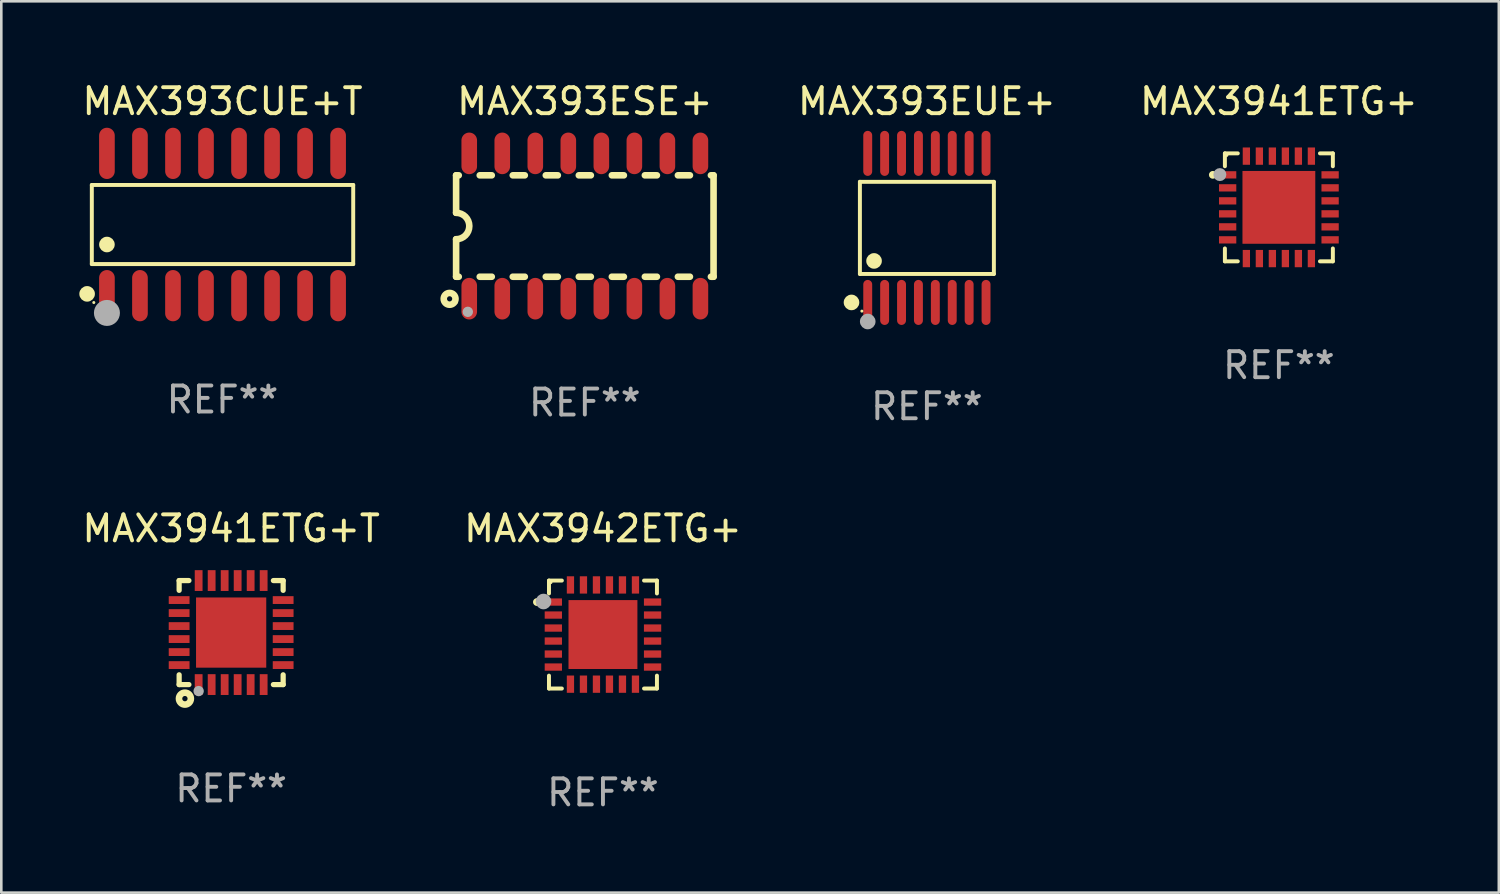
<source format=kicad_pcb>
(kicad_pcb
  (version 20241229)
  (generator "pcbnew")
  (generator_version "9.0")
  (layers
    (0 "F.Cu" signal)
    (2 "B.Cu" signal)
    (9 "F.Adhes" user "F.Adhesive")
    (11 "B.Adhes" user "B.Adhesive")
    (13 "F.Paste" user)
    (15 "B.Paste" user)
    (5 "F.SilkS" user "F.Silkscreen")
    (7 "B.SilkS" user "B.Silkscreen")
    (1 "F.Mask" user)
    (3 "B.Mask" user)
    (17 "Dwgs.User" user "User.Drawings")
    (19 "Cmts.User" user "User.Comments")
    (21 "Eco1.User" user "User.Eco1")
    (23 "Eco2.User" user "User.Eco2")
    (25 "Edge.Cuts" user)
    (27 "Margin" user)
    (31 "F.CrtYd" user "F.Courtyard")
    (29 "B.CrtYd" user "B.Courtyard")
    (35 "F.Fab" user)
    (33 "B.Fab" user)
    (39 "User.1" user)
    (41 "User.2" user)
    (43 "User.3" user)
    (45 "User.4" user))
  (footprint "MAX393ESE+"
    (layer "F.Cu")
    (at 19.44 5.642)
    (property "Reference" "MAX393ESE+" (at 0 -4.794 0) (layer "F.SilkS") (effects (font (size 1 1) (thickness 0.15))))
    (attr through_hole)
    (fp_line (start -4.95 -1.95) (end -4.95 -0.508) (stroke (width 0.254) (type solid)) (layer "F.SilkS"))
    (fp_line (start -4.95 -1.95) (end -4.849 -1.95) (stroke (width 0.254) (type solid)) (layer "F.SilkS"))
    (fp_line (start -4.95 1.95) (end -4.95 0.508) (stroke (width 0.254) (type solid)) (layer "F.SilkS"))
    (fp_line (start -4.95 1.95) (end -4.849 1.95) (stroke (width 0.254) (type solid)) (layer "F.SilkS"))
    (fp_line (start -4.041 -1.95) (end -3.579 -1.95) (stroke (width 0.254) (type solid)) (layer "F.SilkS"))
    (fp_line (start -4.041 1.95) (end -3.579 1.95) (stroke (width 0.254) (type solid)) (layer "F.SilkS"))
    (fp_line (start -2.771 -1.95) (end -2.309 -1.95) (stroke (width 0.254) (type solid)) (layer "F.SilkS"))
    (fp_line (start -2.771 1.95) (end -2.309 1.95) (stroke (width 0.254) (type solid)) (layer "F.SilkS"))
    (fp_line (start -1.501 -1.95) (end -1.039 -1.95) (stroke (width 0.254) (type solid)) (layer "F.SilkS"))
    (fp_line (start -1.501 1.95) (end -1.039 1.95) (stroke (width 0.254) (type solid)) (layer "F.SilkS"))
    (fp_line (start -0.231 -1.95) (end 0.231 -1.95) (stroke (width 0.254) (type solid)) (layer "F.SilkS"))
    (fp_line (start -0.231 1.95) (end 0.231 1.95) (stroke (width 0.254) (type solid)) (layer "F.SilkS"))
    (fp_line (start 1.039 -1.95) (end 1.501 -1.95) (stroke (width 0.254) (type solid)) (layer "F.SilkS"))
    (fp_line (start 1.039 1.95) (end 1.501 1.95) (stroke (width 0.254) (type solid)) (layer "F.SilkS"))
    (fp_line (start 2.309 -1.95) (end 2.771 -1.95) (stroke (width 0.254) (type solid)) (layer "F.SilkS"))
    (fp_line (start 2.309 1.95) (end 2.771 1.95) (stroke (width 0.254) (type solid)) (layer "F.SilkS"))
    (fp_line (start 3.579 -1.95) (end 4.041 -1.95) (stroke (width 0.254) (type solid)) (layer "F.SilkS"))
    (fp_line (start 3.579 1.95) (end 4.041 1.95) (stroke (width 0.254) (type solid)) (layer "F.SilkS"))
    (fp_line (start 4.849 -1.95) (end 4.95 -1.95) (stroke (width 0.254) (type solid)) (layer "F.SilkS"))
    (fp_line (start 4.849 1.95) (end 4.95 1.95) (stroke (width 0.254) (type solid)) (layer "F.SilkS"))
    (fp_line (start 4.95 -1.95) (end 4.95 1.95) (stroke (width 0.254) (type solid)) (layer "F.SilkS"))
    (fp_arc (start -4.95047 -0.508001) (mid -4.442469 -0.000228) (end -4.950013 0.508001) (stroke (width 0.254001) (type solid)) (layer "F.SilkS"))
    (fp_circle (center -5.2 2.8) (end -5.1 2.8) (stroke (width 0.254) (type solid)) (fill no) (layer "F.SilkS"))
    (fp_circle (center -4.95 2.947) (end -4.92 2.947) (stroke (width 0.06) (type solid)) (fill no) (layer "F.SilkS"))
    (fp_circle (center -4.5 3.3) (end -4.4 3.3) (stroke (width 0.2) (type solid)) (fill no) (layer "F.Fab"))
    (fp_text user "REF**" (at 0 6.794 0) (layer "F.Fab") (effects (font (size 1 1) (thickness 0.15))))
    (pad "1" smd oval (at -4.445 2.794) (size 0.6 1.6) (layers "F.Cu" "F.Mask" "F.Paste"))
    (pad "2" smd oval (at -3.175 2.794) (size 0.6 1.6) (layers "F.Cu" "F.Mask" "F.Paste"))
    (pad "3" smd oval (at -1.905 2.794) (size 0.6 1.6) (layers "F.Cu" "F.Mask" "F.Paste"))
    (pad "4" smd oval (at -0.635 2.794) (size 0.6 1.6) (layers "F.Cu" "F.Mask" "F.Paste"))
    (pad "5" smd oval (at 0.635 2.794) (size 0.6 1.6) (layers "F.Cu" "F.Mask" "F.Paste"))
    (pad "6" smd oval (at 1.905 2.794) (size 0.6 1.6) (layers "F.Cu" "F.Mask" "F.Paste"))
    (pad "7" smd oval (at 3.175 2.794) (size 0.6 1.6) (layers "F.Cu" "F.Mask" "F.Paste"))
    (pad "8" smd oval (at 4.445 2.794) (size 0.6 1.6) (layers "F.Cu" "F.Mask" "F.Paste"))
    (pad "9" smd oval (at 4.445 -2.794) (size 0.6 1.6) (layers "F.Cu" "F.Mask" "F.Paste"))
    (pad "10" smd oval (at 3.175 -2.794) (size 0.6 1.6) (layers "F.Cu" "F.Mask" "F.Paste"))
    (pad "11" smd oval (at 1.905 -2.794) (size 0.6 1.6) (layers "F.Cu" "F.Mask" "F.Paste"))
    (pad "12" smd oval (at 0.635 -2.794) (size 0.6 1.6) (layers "F.Cu" "F.Mask" "F.Paste"))
    (pad "13" smd oval (at -0.635 -2.794) (size 0.6 1.6) (layers "F.Cu" "F.Mask" "F.Paste"))
    (pad "14" smd oval (at -1.905 -2.794) (size 0.6 1.6) (layers "F.Cu" "F.Mask" "F.Paste"))
    (pad "15" smd oval (at -3.175 -2.794) (size 0.6 1.6) (layers "F.Cu" "F.Mask" "F.Paste"))
    (pad "16" smd oval (at -4.445 -2.794) (size 0.6 1.6) (layers "F.Cu" "F.Mask" "F.Paste")))
  (footprint "MAX3941ETG+"
    (layer "F.Cu")
    (at 46.13 4.924)
    (property "Reference" "MAX3941ETG+" (at 0 -4.076 0) (layer "F.SilkS") (effects (font (size 1 1) (thickness 0.15))))
    (attr through_hole)
    (fp_line (start -2.076 -2.076) (end -2.076 -1.58) (stroke (width 0.152) (type solid)) (layer "F.SilkS"))
    (fp_line (start -2.076 2.076) (end -2.076 1.58) (stroke (width 0.152) (type solid)) (layer "F.SilkS"))
    (fp_line (start -1.58 -2.076) (end -2.076 -2.076) (stroke (width 0.152) (type solid)) (layer "F.SilkS"))
    (fp_line (start -1.58 2.076) (end -2.076 2.076) (stroke (width 0.152) (type solid)) (layer "F.SilkS"))
    (fp_line (start 1.58 -2.076) (end 2.076 -2.076) (stroke (width 0.152) (type solid)) (layer "F.SilkS"))
    (fp_line (start 1.58 2.076) (end 2.076 2.076) (stroke (width 0.152) (type solid)) (layer "F.SilkS"))
    (fp_line (start 2.076 -2.076) (end 2.076 -1.58) (stroke (width 0.152) (type solid)) (layer "F.SilkS"))
    (fp_line (start 2.076 2.076) (end 2.076 1.58) (stroke (width 0.152) (type solid)) (layer "F.SilkS"))
    (fp_circle (center -2.54 -1.25) (end -2.465 -1.25) (stroke (width 0.15) (type solid)) (fill no) (layer "F.SilkS"))
    (fp_circle (center -2 -2) (end -1.97 -2) (stroke (width 0.06) (type solid)) (fill no) (layer "F.SilkS"))
    (fp_circle (center -2.27 -1.26) (end -2.145 -1.26) (stroke (width 0.25) (type solid)) (fill no) (layer "F.Fab"))
    (fp_text user "REF**" (at 0 6.076 0) (layer "F.Fab") (effects (font (size 1 1) (thickness 0.15))))
    (pad "1" smd rect (at -1.97 -1.25) (size 0.665 0.28) (layers "F.Cu" "F.Mask" "F.Paste"))
    (pad "2" smd rect (at -1.97 -0.75) (size 0.665 0.28) (layers "F.Cu" "F.Mask" "F.Paste"))
    (pad "3" smd rect (at -1.97 -0.25) (size 0.665 0.28) (layers "F.Cu" "F.Mask" "F.Paste"))
    (pad "4" smd rect (at -1.97 0.25) (size 0.665 0.28) (layers "F.Cu" "F.Mask" "F.Paste"))
    (pad "5" smd rect (at -1.97 0.75) (size 0.665 0.28) (layers "F.Cu" "F.Mask" "F.Paste"))
    (pad "6" smd rect (at -1.97 1.25) (size 0.665 0.28) (layers "F.Cu" "F.Mask" "F.Paste"))
    (pad "7" smd rect (at -1.25 1.97) (size 0.28 0.665) (layers "F.Cu" "F.Mask" "F.Paste"))
    (pad "8" smd rect (at -0.75 1.97) (size 0.28 0.665) (layers "F.Cu" "F.Mask" "F.Paste"))
    (pad "9" smd rect (at -0.25 1.97) (size 0.28 0.665) (layers "F.Cu" "F.Mask" "F.Paste"))
    (pad "10" smd rect (at 0.25 1.97) (size 0.28 0.665) (layers "F.Cu" "F.Mask" "F.Paste"))
    (pad "11" smd rect (at 0.75 1.97) (size 0.28 0.665) (layers "F.Cu" "F.Mask" "F.Paste"))
    (pad "12" smd rect (at 1.25 1.97) (size 0.28 0.665) (layers "F.Cu" "F.Mask" "F.Paste"))
    (pad "13" smd rect (at 1.97 1.25) (size 0.665 0.28) (layers "F.Cu" "F.Mask" "F.Paste"))
    (pad "14" smd rect (at 1.97 0.75) (size 0.665 0.28) (layers "F.Cu" "F.Mask" "F.Paste"))
    (pad "15" smd rect (at 1.97 0.25) (size 0.665 0.28) (layers "F.Cu" "F.Mask" "F.Paste"))
    (pad "16" smd rect (at 1.97 -0.25) (size 0.665 0.28) (layers "F.Cu" "F.Mask" "F.Paste"))
    (pad "17" smd rect (at 1.97 -0.75) (size 0.665 0.28) (layers "F.Cu" "F.Mask" "F.Paste"))
    (pad "18" smd rect (at 1.97 -1.25) (size 0.665 0.28) (layers "F.Cu" "F.Mask" "F.Paste"))
    (pad "19" smd rect (at 1.25 -1.97) (size 0.28 0.665) (layers "F.Cu" "F.Mask" "F.Paste"))
    (pad "20" smd rect (at 0.75 -1.97) (size 0.28 0.665) (layers "F.Cu" "F.Mask" "F.Paste"))
    (pad "21" smd rect (at 0.25 -1.97) (size 0.28 0.665) (layers "F.Cu" "F.Mask" "F.Paste"))
    (pad "22" smd rect (at -0.25 -1.97) (size 0.28 0.665) (layers "F.Cu" "F.Mask" "F.Paste"))
    (pad "23" smd rect (at -0.75 -1.97) (size 0.28 0.665) (layers "F.Cu" "F.Mask" "F.Paste"))
    (pad "24" smd rect (at -1.25 -1.97) (size 0.28 0.665) (layers "F.Cu" "F.Mask" "F.Paste"))
    (pad "25" smd rect (at 0 0) (size 2.8 2.8) (layers "F.Cu" "F.Mask" "F.Paste")))
  (footprint "MAX3942ETG+"
    (layer "F.Cu")
    (at 20.137 21.352)
    (property "Reference" "MAX3942ETG+" (at 0 -4.076 0) (layer "F.SilkS") (effects (font (size 1 1) (thickness 0.15))))
    (attr through_hole)
    (fp_line (start -2.076 -2.076) (end -2.076 -1.58) (stroke (width 0.152) (type solid)) (layer "F.SilkS"))
    (fp_line (start -2.076 2.076) (end -2.076 1.58) (stroke (width 0.152) (type solid)) (layer "F.SilkS"))
    (fp_line (start -1.58 -2.076) (end -2.076 -2.076) (stroke (width 0.152) (type solid)) (layer "F.SilkS"))
    (fp_line (start -1.58 2.076) (end -2.076 2.076) (stroke (width 0.152) (type solid)) (layer "F.SilkS"))
    (fp_line (start 1.58 -2.076) (end 2.076 -2.076) (stroke (width 0.152) (type solid)) (layer "F.SilkS"))
    (fp_line (start 1.58 2.076) (end 2.076 2.076) (stroke (width 0.152) (type solid)) (layer "F.SilkS"))
    (fp_line (start 2.076 -2.076) (end 2.076 -1.58) (stroke (width 0.152) (type solid)) (layer "F.SilkS"))
    (fp_line (start 2.076 2.076) (end 2.076 1.58) (stroke (width 0.152) (type solid)) (layer "F.SilkS"))
    (fp_circle (center -2.54 -1.25) (end -2.465 -1.25) (stroke (width 0.15) (type solid)) (fill no) (layer "F.SilkS"))
    (fp_circle (center -2 -2) (end -1.97 -2) (stroke (width 0.06) (type solid)) (fill no) (layer "F.SilkS"))
    (fp_circle (center -2.286 -1.27) (end -2.136 -1.27) (stroke (width 0.3) (type solid)) (fill no) (layer "F.Fab"))
    (fp_text user "REF**" (at 0 6.076 0) (layer "F.Fab") (effects (font (size 1 1) (thickness 0.15))))
    (pad "1" smd rect (at -1.908 -1.25) (size 0.665 0.28) (layers "F.Cu" "F.Mask" "F.Paste"))
    (pad "2" smd rect (at -1.908 -0.75) (size 0.665 0.28) (layers "F.Cu" "F.Mask" "F.Paste"))
    (pad "3" smd rect (at -1.908 -0.25) (size 0.665 0.28) (layers "F.Cu" "F.Mask" "F.Paste"))
    (pad "4" smd rect (at -1.908 0.25) (size 0.665 0.28) (layers "F.Cu" "F.Mask" "F.Paste"))
    (pad "5" smd rect (at -1.908 0.75) (size 0.665 0.28) (layers "F.Cu" "F.Mask" "F.Paste"))
    (pad "6" smd rect (at -1.908 1.25) (size 0.665 0.28) (layers "F.Cu" "F.Mask" "F.Paste"))
    (pad "7" smd rect (at -1.25 1.908) (size 0.28 0.665) (layers "F.Cu" "F.Mask" "F.Paste"))
    (pad "8" smd rect (at -0.75 1.908) (size 0.28 0.665) (layers "F.Cu" "F.Mask" "F.Paste"))
    (pad "9" smd rect (at -0.25 1.908) (size 0.28 0.665) (layers "F.Cu" "F.Mask" "F.Paste"))
    (pad "10" smd rect (at 0.25 1.908) (size 0.28 0.665) (layers "F.Cu" "F.Mask" "F.Paste"))
    (pad "11" smd rect (at 0.75 1.908) (size 0.28 0.665) (layers "F.Cu" "F.Mask" "F.Paste"))
    (pad "12" smd rect (at 1.25 1.908) (size 0.28 0.665) (layers "F.Cu" "F.Mask" "F.Paste"))
    (pad "13" smd rect (at 1.908 1.25) (size 0.665 0.28) (layers "F.Cu" "F.Mask" "F.Paste"))
    (pad "14" smd rect (at 1.908 0.75) (size 0.665 0.28) (layers "F.Cu" "F.Mask" "F.Paste"))
    (pad "15" smd rect (at 1.908 0.25) (size 0.665 0.28) (layers "F.Cu" "F.Mask" "F.Paste"))
    (pad "16" smd rect (at 1.908 -0.25) (size 0.665 0.28) (layers "F.Cu" "F.Mask" "F.Paste"))
    (pad "17" smd rect (at 1.908 -0.75) (size 0.665 0.28) (layers "F.Cu" "F.Mask" "F.Paste"))
    (pad "18" smd rect (at 1.908 -1.25) (size 0.665 0.28) (layers "F.Cu" "F.Mask" "F.Paste"))
    (pad "19" smd rect (at 1.25 -1.908) (size 0.28 0.665) (layers "F.Cu" "F.Mask" "F.Paste"))
    (pad "20" smd rect (at 0.75 -1.908) (size 0.28 0.665) (layers "F.Cu" "F.Mask" "F.Paste"))
    (pad "21" smd rect (at 0.25 -1.908) (size 0.28 0.665) (layers "F.Cu" "F.Mask" "F.Paste"))
    (pad "22" smd rect (at -0.25 -1.908) (size 0.28 0.665) (layers "F.Cu" "F.Mask" "F.Paste"))
    (pad "23" smd rect (at -0.75 -1.908) (size 0.28 0.665) (layers "F.Cu" "F.Mask" "F.Paste"))
    (pad "24" smd rect (at -1.25 -1.908) (size 0.28 0.665) (layers "F.Cu" "F.Mask" "F.Paste"))
    (pad "25" smd rect (at 0 0) (size 2.65 2.65) (layers "F.Cu" "F.Mask" "F.Paste")))
  (footprint "MAX393EUE+"
    (layer "F.Cu")
    (at 32.594 5.714)
    (property "Reference" "MAX393EUE+" (at 0 -4.866 0) (layer "F.SilkS") (effects (font (size 1 1) (thickness 0.15))))
    (attr through_hole)
    (fp_line (start -2.576 -1.772) (end 2.576 -1.772) (stroke (width 0.152) (type solid)) (layer "F.SilkS"))
    (fp_line (start -2.576 1.771) (end -2.576 -1.772) (stroke (width 0.152) (type solid)) (layer "F.SilkS"))
    (fp_line (start 2.576 -1.772) (end 2.576 1.771) (stroke (width 0.152) (type solid)) (layer "F.SilkS"))
    (fp_line (start 2.576 1.771) (end -2.576 1.771) (stroke (width 0.152) (type solid)) (layer "F.SilkS"))
    (fp_circle (center -2.899 2.866) (end -2.749 2.866) (stroke (width 0.3) (type solid)) (fill no) (layer "F.SilkS"))
    (fp_circle (center -2.5 3.2) (end -2.47 3.2) (stroke (width 0.06) (type solid)) (fill no) (layer "F.SilkS"))
    (fp_circle (center -2.032 1.27) (end -1.882 1.27) (stroke (width 0.3) (type solid)) (fill no) (layer "F.SilkS"))
    (fp_circle (center -2.275 3.6) (end -2.125 3.6) (stroke (width 0.3) (type solid)) (fill no) (layer "F.Fab"))
    (fp_text user "REF**" (at 0 6.866 0) (layer "F.Fab") (effects (font (size 1 1) (thickness 0.15))))
    (pad "1" smd oval (at -2.275 2.866) (size 0.343 1.731) (layers "F.Cu" "F.Mask" "F.Paste"))
    (pad "2" smd oval (at -1.625 2.866) (size 0.343 1.731) (layers "F.Cu" "F.Mask" "F.Paste"))
    (pad "3" smd oval (at -0.975 2.866) (size 0.343 1.731) (layers "F.Cu" "F.Mask" "F.Paste"))
    (pad "4" smd oval (at -0.325 2.866) (size 0.343 1.731) (layers "F.Cu" "F.Mask" "F.Paste"))
    (pad "5" smd oval (at 0.325 2.866) (size 0.343 1.731) (layers "F.Cu" "F.Mask" "F.Paste"))
    (pad "6" smd oval (at 0.975 2.866) (size 0.343 1.731) (layers "F.Cu" "F.Mask" "F.Paste"))
    (pad "7" smd oval (at 1.625 2.866) (size 0.343 1.731) (layers "F.Cu" "F.Mask" "F.Paste"))
    (pad "8" smd oval (at 2.275 2.866) (size 0.343 1.731) (layers "F.Cu" "F.Mask" "F.Paste"))
    (pad "9" smd oval (at 2.275 -2.866) (size 0.343 1.731) (layers "F.Cu" "F.Mask" "F.Paste"))
    (pad "10" smd oval (at 1.625 -2.866) (size 0.343 1.731) (layers "F.Cu" "F.Mask" "F.Paste"))
    (pad "11" smd oval (at 0.975 -2.866) (size 0.343 1.731) (layers "F.Cu" "F.Mask" "F.Paste"))
    (pad "12" smd oval (at 0.325 -2.866) (size 0.343 1.731) (layers "F.Cu" "F.Mask" "F.Paste"))
    (pad "13" smd oval (at -0.325 -2.866) (size 0.343 1.731) (layers "F.Cu" "F.Mask" "F.Paste"))
    (pad "14" smd oval (at -0.975 -2.866) (size 0.343 1.731) (layers "F.Cu" "F.Mask" "F.Paste"))
    (pad "15" smd oval (at -1.625 -2.866) (size 0.343 1.731) (layers "F.Cu" "F.Mask" "F.Paste"))
    (pad "16" smd oval (at -2.275 -2.866) (size 0.343 1.731) (layers "F.Cu" "F.Mask" "F.Paste")))
  (footprint "MAX3941ETG+T"
    (layer "F.Cu")
    (at 5.839 21.276)
    (property "Reference" "MAX3941ETG+T" (at 0 -4 0) (layer "F.SilkS") (effects (font (size 1 1) (thickness 0.15))))
    (attr through_hole)
    (fp_line (start -2 -2) (end -1.624 -2) (stroke (width 0.2) (type solid)) (layer "F.SilkS"))
    (fp_line (start -2 -1.624) (end -2 -2) (stroke (width 0.2) (type solid)) (layer "F.SilkS"))
    (fp_line (start -2 2) (end -2 1.624) (stroke (width 0.2) (type solid)) (layer "F.SilkS"))
    (fp_line (start -2 2) (end -1.624 2) (stroke (width 0.2) (type solid)) (layer "F.SilkS"))
    (fp_line (start 1.624 -2) (end 2 -2) (stroke (width 0.2) (type solid)) (layer "F.SilkS"))
    (fp_line (start 1.624 2) (end 2 2) (stroke (width 0.2) (type solid)) (layer "F.SilkS"))
    (fp_line (start 2 -2) (end 2 -1.624) (stroke (width 0.2) (type solid)) (layer "F.SilkS"))
    (fp_line (start 2 1.624) (end 2 2) (stroke (width 0.2) (type solid)) (layer "F.SilkS"))
    (fp_circle (center -2 2) (end -1.97 2) (stroke (width 0.06) (type solid)) (fill no) (layer "F.SilkS"))
    (fp_circle (center -1.778 2.54) (end -1.676 2.54) (stroke (width 0.254) (type solid)) (fill no) (layer "F.SilkS"))
    (fp_circle (center -1.25 2.25) (end -1.15 2.25) (stroke (width 0.2) (type solid)) (fill no) (layer "F.Fab"))
    (fp_text user "REF**" (at 0 6 0) (layer "F.Fab") (effects (font (size 1 1) (thickness 0.15))))
    (pad "1" smd rect (at -1.25 2) (size 0.3 0.8) (layers "F.Cu" "F.Mask" "F.Paste"))
    (pad "2" smd rect (at -0.75 2) (size 0.3 0.8) (layers "F.Cu" "F.Mask" "F.Paste"))
    (pad "3" smd rect (at -0.25 2) (size 0.3 0.8) (layers "F.Cu" "F.Mask" "F.Paste"))
    (pad "4" smd rect (at 0.25 2) (size 0.3 0.8) (layers "F.Cu" "F.Mask" "F.Paste"))
    (pad "5" smd rect (at 0.75 2) (size 0.3 0.8) (layers "F.Cu" "F.Mask" "F.Paste"))
    (pad "6" smd rect (at 1.25 2) (size 0.3 0.8) (layers "F.Cu" "F.Mask" "F.Paste"))
    (pad "7" smd rect (at 2 1.25 90) (size 0.3 0.8) (layers "F.Cu" "F.Mask" "F.Paste"))
    (pad "8" smd rect (at 2 0.75 90) (size 0.3 0.8) (layers "F.Cu" "F.Mask" "F.Paste"))
    (pad "9" smd rect (at 2 0.25 90) (size 0.3 0.8) (layers "F.Cu" "F.Mask" "F.Paste"))
    (pad "10" smd rect (at 2 -0.25 90) (size 0.3 0.8) (layers "F.Cu" "F.Mask" "F.Paste"))
    (pad "11" smd rect (at 2 -0.75 90) (size 0.3 0.8) (layers "F.Cu" "F.Mask" "F.Paste"))
    (pad "12" smd rect (at 2 -1.25 90) (size 0.3 0.8) (layers "F.Cu" "F.Mask" "F.Paste"))
    (pad "13" smd rect (at 1.25 -2 180) (size 0.3 0.8) (layers "F.Cu" "F.Mask" "F.Paste"))
    (pad "14" smd rect (at 0.75 -2 180) (size 0.3 0.8) (layers "F.Cu" "F.Mask" "F.Paste"))
    (pad "15" smd rect (at 0.25 -2 180) (size 0.3 0.8) (layers "F.Cu" "F.Mask" "F.Paste"))
    (pad "16" smd rect (at -0.25 -2 180) (size 0.3 0.8) (layers "F.Cu" "F.Mask" "F.Paste"))
    (pad "17" smd rect (at -0.75 -2 180) (size 0.3 0.8) (layers "F.Cu" "F.Mask" "F.Paste"))
    (pad "18" smd rect (at -1.25 -2 180) (size 0.3 0.8) (layers "F.Cu" "F.Mask" "F.Paste"))
    (pad "19" smd rect (at -2 -1.25 270) (size 0.3 0.8) (layers "F.Cu" "F.Mask" "F.Paste"))
    (pad "20" smd rect (at -2 -0.75 270) (size 0.3 0.8) (layers "F.Cu" "F.Mask" "F.Paste"))
    (pad "21" smd rect (at -2 -0.25 270) (size 0.3 0.8) (layers "F.Cu" "F.Mask" "F.Paste"))
    (pad "22" smd rect (at -2 0.25 270) (size 0.3 0.8) (layers "F.Cu" "F.Mask" "F.Paste"))
    (pad "23" smd rect (at -2 0.75 270) (size 0.3 0.8) (layers "F.Cu" "F.Mask" "F.Paste"))
    (pad "24" smd rect (at -2 1.25 270) (size 0.3 0.8) (layers "F.Cu" "F.Mask" "F.Paste"))
    (pad "25" smd rect (at 0 0) (size 2.7 2.7) (layers "F.Cu" "F.Mask" "F.Paste")))
  (footprint "MAX393CUE+T"
    (layer "F.Cu")
    (at 5.507 5.584)
    (property "Reference" "MAX393CUE+T" (at 0 -4.736 0) (layer "F.SilkS") (effects (font (size 1 1) (thickness 0.15))))
    (attr through_hole)
    (fp_line (start -5.026 -1.521) (end 5.026 -1.521) (stroke (width 0.152) (type solid)) (layer "F.SilkS"))
    (fp_line (start -5.026 1.521) (end -5.026 -1.521) (stroke (width 0.152) (type solid)) (layer "F.SilkS"))
    (fp_line (start 5.026 -1.521) (end 5.026 1.521) (stroke (width 0.152) (type solid)) (layer "F.SilkS"))
    (fp_line (start 5.026 1.521) (end -5.026 1.521) (stroke (width 0.152) (type solid)) (layer "F.SilkS"))
    (fp_circle (center -5.207 2.667) (end -5.057 2.667) (stroke (width 0.3) (type solid)) (fill no) (layer "F.SilkS"))
    (fp_circle (center -4.95 3) (end -4.92 3) (stroke (width 0.06) (type solid)) (fill no) (layer "F.SilkS"))
    (fp_circle (center -4.445 0.769) (end -4.295 0.769) (stroke (width 0.3) (type solid)) (fill no) (layer "F.SilkS"))
    (fp_circle (center -4.445 3.4) (end -4.195 3.4) (stroke (width 0.5) (type solid)) (fill no) (layer "F.Fab"))
    (fp_text user "REF**" (at 0 6.736 0) (layer "F.Fab") (effects (font (size 1 1) (thickness 0.15))))
    (pad "1" smd oval (at -4.445 2.736) (size 0.602 1.971) (layers "F.Cu" "F.Mask" "F.Paste"))
    (pad "2" smd oval (at -3.175 2.736) (size 0.602 1.971) (layers "F.Cu" "F.Mask" "F.Paste"))
    (pad "3" smd oval (at -1.905 2.736) (size 0.602 1.971) (layers "F.Cu" "F.Mask" "F.Paste"))
    (pad "4" smd oval (at -0.635 2.736) (size 0.602 1.971) (layers "F.Cu" "F.Mask" "F.Paste"))
    (pad "5" smd oval (at 0.635 2.736) (size 0.602 1.971) (layers "F.Cu" "F.Mask" "F.Paste"))
    (pad "6" smd oval (at 1.905 2.736) (size 0.602 1.971) (layers "F.Cu" "F.Mask" "F.Paste"))
    (pad "7" smd oval (at 3.175 2.736) (size 0.602 1.971) (layers "F.Cu" "F.Mask" "F.Paste"))
    (pad "8" smd oval (at 4.445 2.736) (size 0.602 1.971) (layers "F.Cu" "F.Mask" "F.Paste"))
    (pad "9" smd oval (at 4.445 -2.736) (size 0.602 1.971) (layers "F.Cu" "F.Mask" "F.Paste"))
    (pad "10" smd oval (at 3.175 -2.736) (size 0.602 1.971) (layers "F.Cu" "F.Mask" "F.Paste"))
    (pad "11" smd oval (at 1.905 -2.736) (size 0.602 1.971) (layers "F.Cu" "F.Mask" "F.Paste"))
    (pad "12" smd oval (at 0.635 -2.736) (size 0.602 1.971) (layers "F.Cu" "F.Mask" "F.Paste"))
    (pad "13" smd oval (at -0.635 -2.736) (size 0.602 1.971) (layers "F.Cu" "F.Mask" "F.Paste"))
    (pad "14" smd oval (at -1.905 -2.736) (size 0.602 1.971) (layers "F.Cu" "F.Mask" "F.Paste"))
    (pad "15" smd oval (at -3.175 -2.736) (size 0.602 1.971) (layers "F.Cu" "F.Mask" "F.Paste"))
    (pad "16" smd oval (at -4.445 -2.736) (size 0.602 1.971) (layers "F.Cu" "F.Mask" "F.Paste")))
  (gr_rect
    (start -3 -3)
    (end 54.588 31.277)
    (stroke (width 0.1) (type default))
    (fill no)
    (layer "Edge.Cuts")))
</source>
